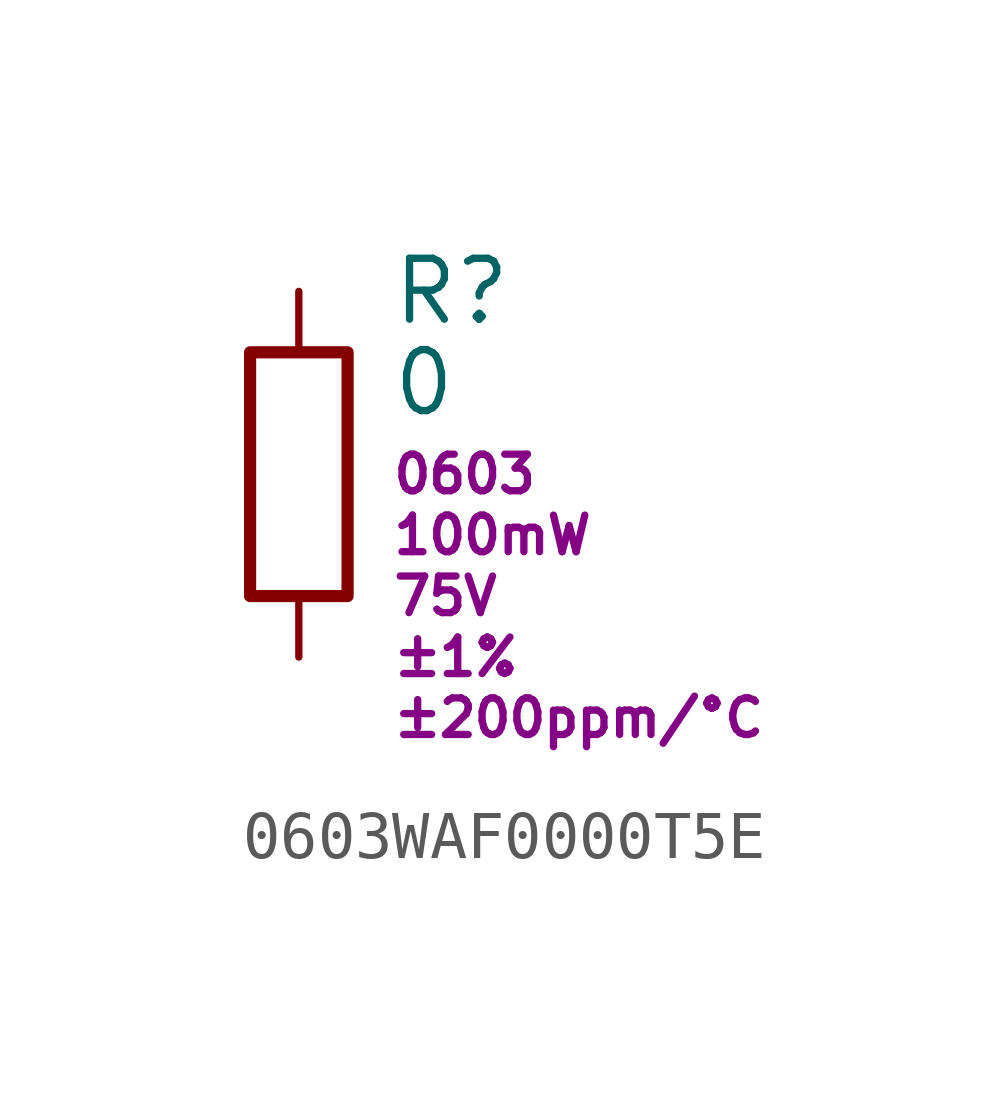
<source format=kicad_sym>
(kicad_symbol_lib
  (version 20220914)
  (generator kicad_symbol_editor)
  (symbol "0603WAF0000T5E"
    (pin_numbers hide)
    (pin_names
      (offset 0))
    (property "Reference" "R"
      (at 1.905 3.81 0)
      (effects (font (size 1.27 1.27)) (justify left)))
    (property "Value" "0"
      (at 1.905 1.905 0)
      (effects (font (size 1.27 1.27)) (justify left)))
    (property "Package" "0603"
      (at 1.905 0 0)
      (effects (font (size 0.762 0.762)) (justify left)))
    (property "Power" "100mW"
      (at 1.905 -1.27 0)
      (effects (font (size 0.762 0.762)) (justify left)))
    (property "Voltage" "75V"
      (at 1.905 -2.54 0)
      (effects (font (size 0.762 0.762)) (justify left)))
    (property "TOL" "±1%"
      (at 1.905 -3.81 0)
      (effects (font (size 0.762 0.762)) (justify left)))
    (property "TCR" "±200ppm/°C"
      (at 1.905 -5.08 0)
      (effects (font (size 0.762 0.762)) (justify left)))
    (property "Assembly" ""
      (at 5.715 3.81 0)
      (effects (font (size 1.27 1.27)) (justify left)))
    (symbol "0603WAF0000T5E_0_1"
      (rectangle (start -1.016 2.54) (end 1.016 -2.54) (stroke (width 0.254) (type default)) (fill (type none))))
    (symbol "0603WAF0000T5E_1_1"
      (pin passive line (at 0 3.81 270) (length 1.27) (name "~" (effects (font (size 1.27 1.27)))) (number "1" (effects (font (size 1.27 1.27)))))
      (pin passive line (at 0 -3.81 90) (length 1.27) (name "~" (effects (font (size 1.27 1.27)))) (number "2" (effects (font (size 1.27 1.27))))))))
</source>
